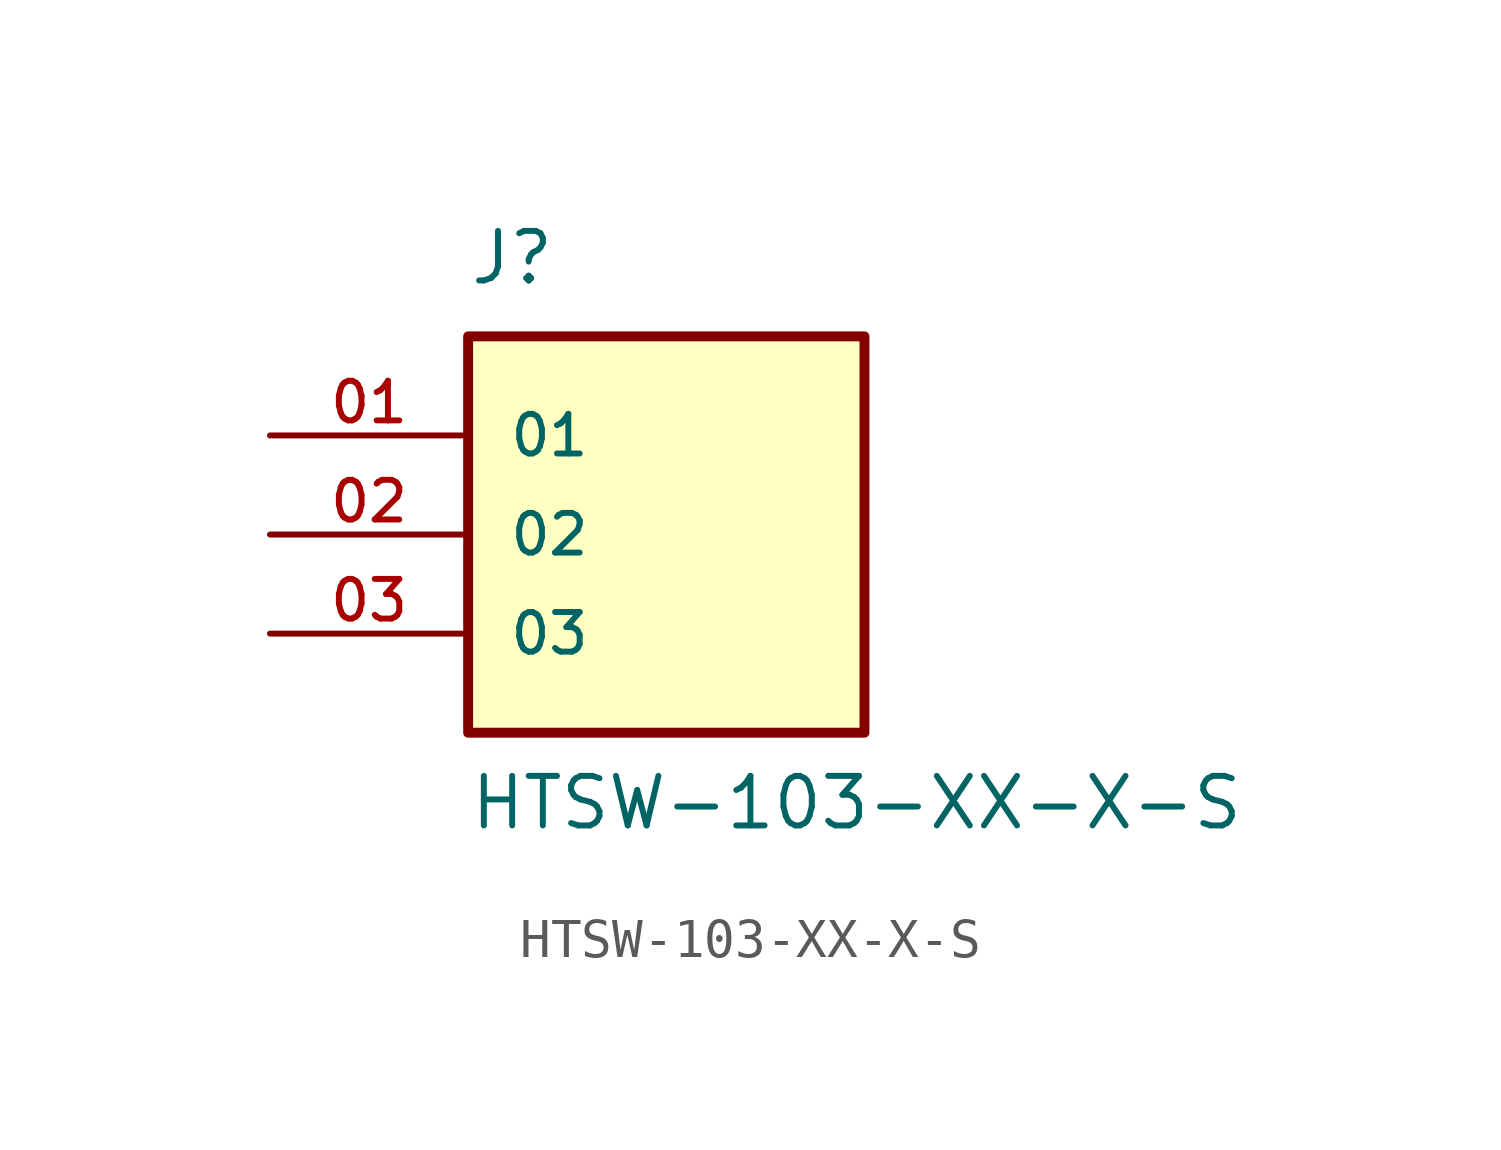
<source format=kicad_sym>
(kicad_symbol_lib
  (version 20211014)
  (generator kicad_symbol_editor)
  (symbol "HTSW-103-XX-X-S"
    (pin_names
      (offset 1.016))
    (property "Reference" "J"
      (at -5.08 6.35 0)
      (effects (font (size 1.27 1.27)) (justify bottom left)))
    (property "Value" "HTSW-103-XX-X-S"
      (at -5.08 -7.62 0)
      (effects (font (size 1.27 1.27)) (justify bottom left)))
    (symbol "HTSW-103-XX-X-S_0_0"
      (rectangle (start -5.08 -5.08) (end 5.08 5.08) (stroke (width 0.254)) (fill (type background)))
      (pin passive line (at -10.16 2.54 0) (length 5.08) (name "01" (effects (font (size 1.016 1.016)))) (number "01" (effects (font (size 1.016 1.016)))))
      (pin passive line (at -10.16 0.0 0) (length 5.08) (name "02" (effects (font (size 1.016 1.016)))) (number "02" (effects (font (size 1.016 1.016)))))
      (pin passive line (at -10.16 -2.54 0) (length 5.08) (name "03" (effects (font (size 1.016 1.016)))) (number "03" (effects (font (size 1.016 1.016))))))))
</source>
